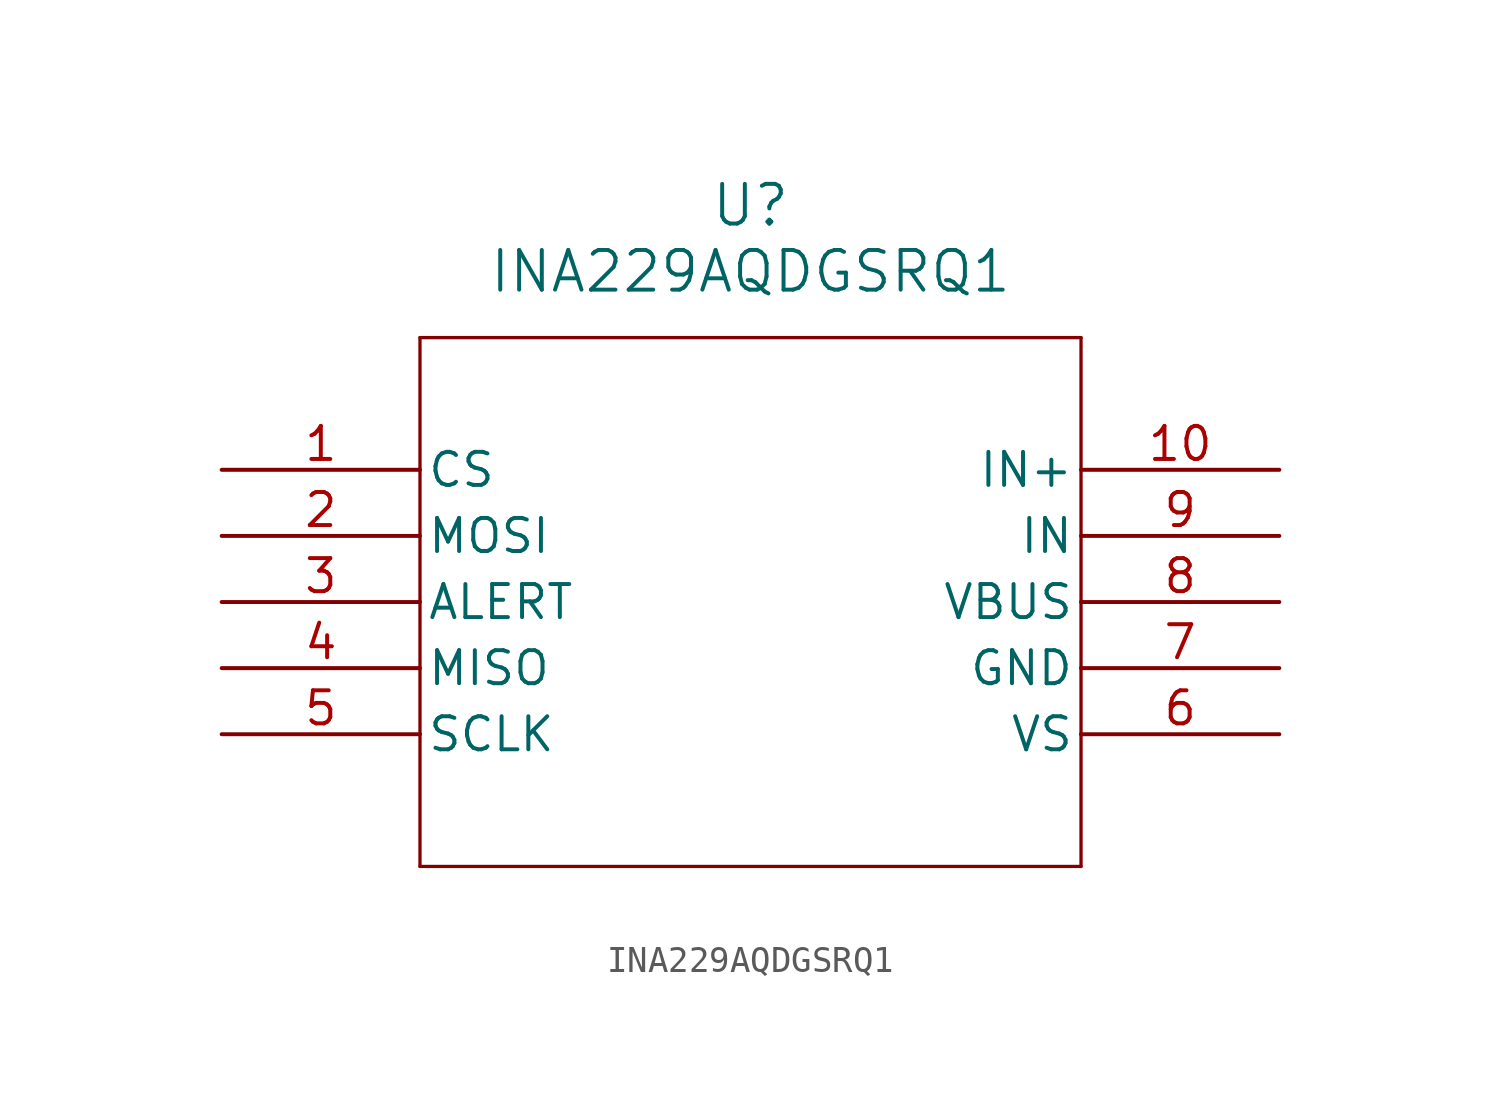
<source format=kicad_sym>
(kicad_symbol_lib
  (version 20211014)
  (generator kicad_symbol_editor)
  (symbol "INA229AQDGSRQ1"
    (pin_names
      (offset 0.254))
    (property "Reference" "U"
      (at 20.32 10.16 0)
      (effects (font (size 1.524 1.524))))
    (property "Value" "INA229AQDGSRQ1"
      (at 20.32 7.62 0)
      (effects (font (size 1.524 1.524))))
    (symbol "INA229AQDGSRQ1_0_1"
      (polyline (pts (xy 7.62 5.08) (xy 7.62 -15.24)) (stroke (width 0.127) (type default) (color 0 0 0 0)) (fill (type none)))
      (polyline (pts (xy 7.62 -15.24) (xy 33.02 -15.24)) (stroke (width 0.127) (type default) (color 0 0 0 0)) (fill (type none)))
      (polyline (pts (xy 33.02 -15.24) (xy 33.02 5.08)) (stroke (width 0.127) (type default) (color 0 0 0 0)) (fill (type none)))
      (polyline (pts (xy 33.02 5.08) (xy 7.62 5.08)) (stroke (width 0.127) (type default) (color 0 0 0 0)) (fill (type none)))
      (pin input line (at 0 0 0) (length 7.62) (name "CS" (effects (font (size 1.27 1.27)))) (number "1" (effects (font (size 1.27 1.27)))))
      (pin input line (at 0 -2.54 0) (length 7.62) (name "MOSI" (effects (font (size 1.27 1.27)))) (number "2" (effects (font (size 1.27 1.27)))))
      (pin output line (at 0 -5.08 0) (length 7.62) (name "ALERT" (effects (font (size 1.27 1.27)))) (number "3" (effects (font (size 1.27 1.27)))))
      (pin output line (at 0 -7.62 0) (length 7.62) (name "MISO" (effects (font (size 1.27 1.27)))) (number "4" (effects (font (size 1.27 1.27)))))
      (pin input line (at 0 -10.16 0) (length 7.62) (name "SCLK" (effects (font (size 1.27 1.27)))) (number "5" (effects (font (size 1.27 1.27)))))
      (pin power_in line (at 40.64 -10.16 180) (length 7.62) (name "VS" (effects (font (size 1.27 1.27)))) (number "6" (effects (font (size 1.27 1.27)))))
      (pin power_out line (at 40.64 -7.62 180) (length 7.62) (name "GND" (effects (font (size 1.27 1.27)))) (number "7" (effects (font (size 1.27 1.27)))))
      (pin input line (at 40.64 -5.08 180) (length 7.62) (name "VBUS" (effects (font (size 1.27 1.27)))) (number "8" (effects (font (size 1.27 1.27)))))
      (pin input line (at 40.64 -2.54 180) (length 7.62) (name "IN" (effects (font (size 1.27 1.27)))) (number "9" (effects (font (size 1.27 1.27)))))
      (pin input line (at 40.64 0 180) (length 7.62) (name "IN+" (effects (font (size 1.27 1.27)))) (number "10" (effects (font (size 1.27 1.27))))))))
</source>
